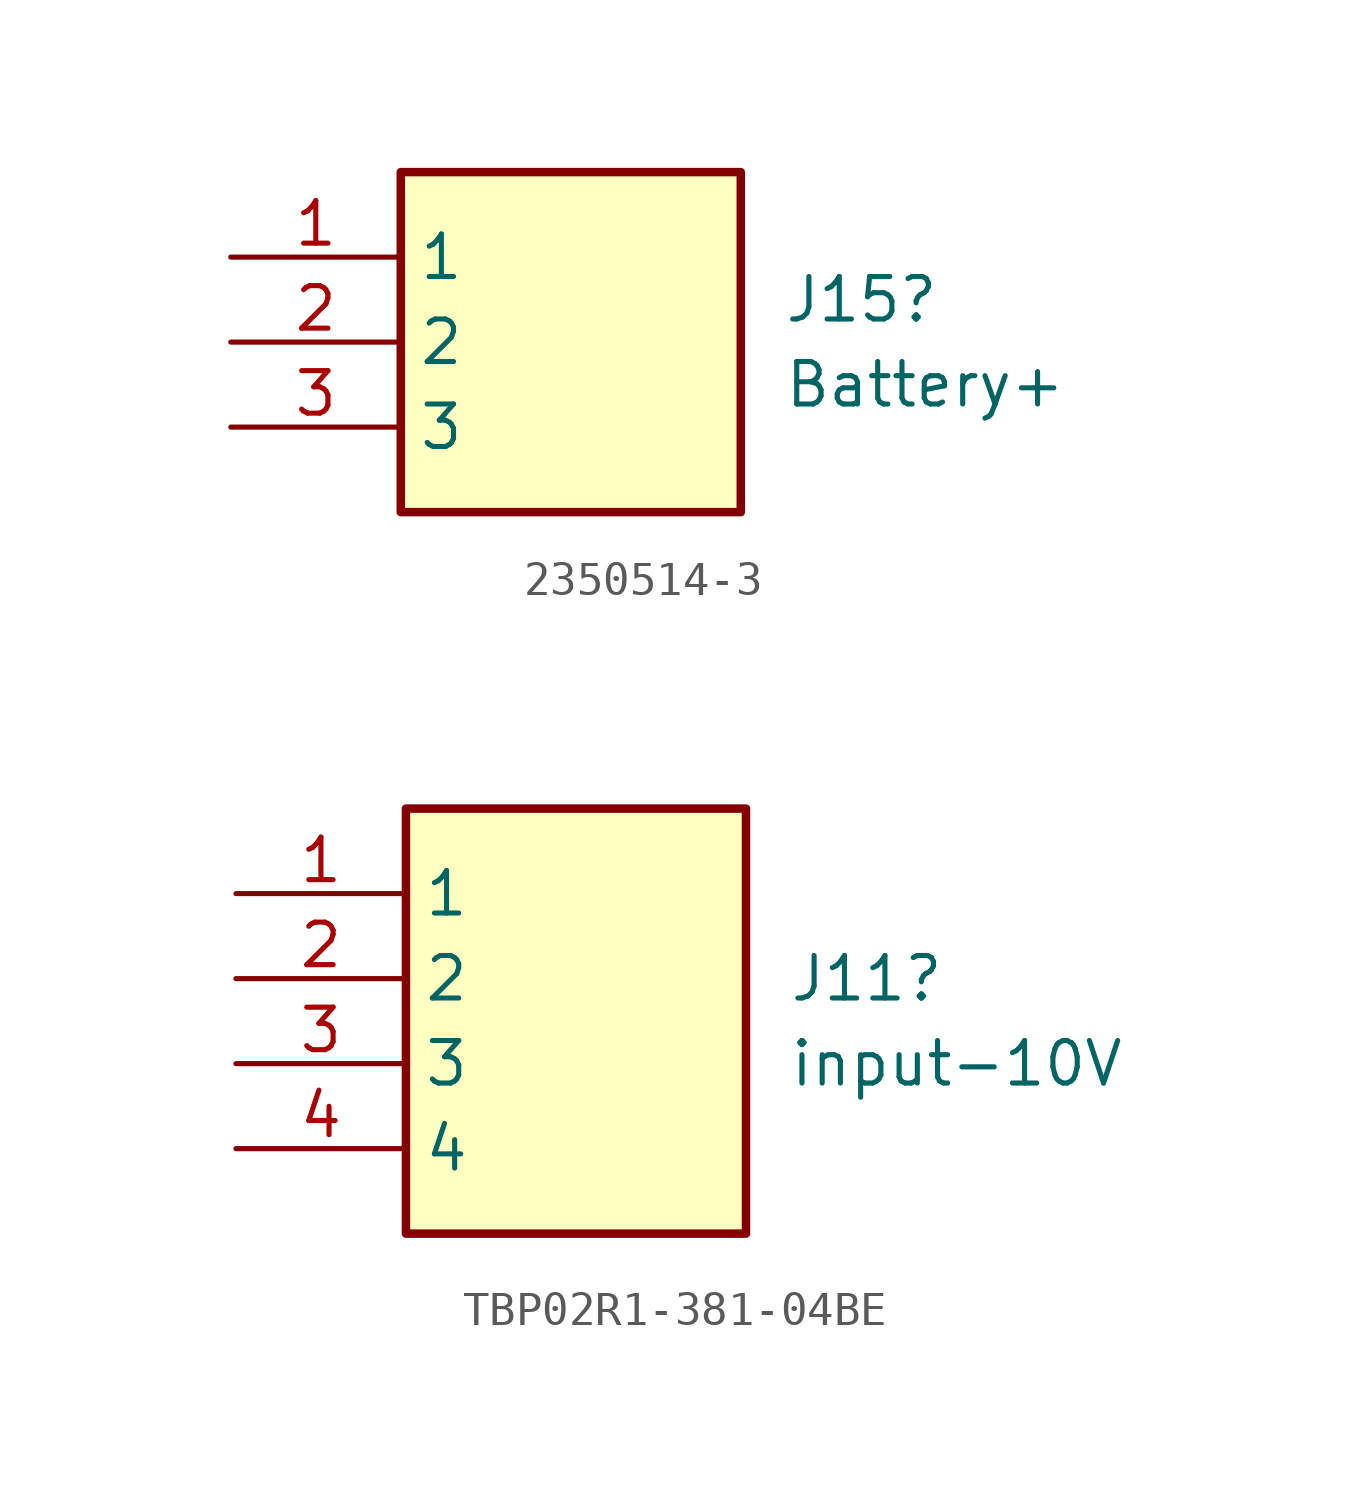
<source format=kicad_sym>
(kicad_symbol_lib
  (version 20231120)
  (generator "kicad_symbol_editor")
  (generator_version "8.0")
  (symbol "2350514-3"
    (property "Reference" "J15"
      (at 16.51 -1.27 0)
      (effects (font (size 1.27 1.27)) (justify left)))
    (property "Value" "Battery+"
      (at 16.51 -3.81 0)
      (effects (font (size 1.27 1.27)) (justify left)))
    (symbol "2350514-3_1_1"
      (rectangle (start 5.08 2.54) (end 15.24 -7.62) (stroke (width 0.254) (type default)) (fill (type background)))
      (pin passive line (at 0 0 0) (length 5.08) (name "1" (effects (font (size 1.27 1.27)))) (number "1" (effects (font (size 1.27 1.27)))))
      (pin passive line (at 0 -2.54 0) (length 5.08) (name "2" (effects (font (size 1.27 1.27)))) (number "2" (effects (font (size 1.27 1.27)))))
      (pin passive line (at 0 -5.08 0) (length 5.08) (name "3" (effects (font (size 1.27 1.27)))) (number "3" (effects (font (size 1.27 1.27)))))))
  (symbol "TBP02R1-381-04BE"
    (property "Reference" "J11"
      (at 16.51 -2.54 0)
      (effects (font (size 1.27 1.27)) (justify left)))
    (property "Value" "input-10V"
      (at 16.51 -5.08 0)
      (effects (font (size 1.27 1.27)) (justify left)))
    (symbol "TBP02R1-381-04BE_1_1"
      (rectangle (start 5.08 2.54) (end 15.24 -10.16) (stroke (width 0.254) (type default)) (fill (type background)))
      (pin passive line (at 0 0 0) (length 5.08) (name "1" (effects (font (size 1.27 1.27)))) (number "1" (effects (font (size 1.27 1.27)))))
      (pin passive line (at 0 -2.54 0) (length 5.08) (name "2" (effects (font (size 1.27 1.27)))) (number "2" (effects (font (size 1.27 1.27)))))
      (pin passive line (at 0 -5.08 0) (length 5.08) (name "3" (effects (font (size 1.27 1.27)))) (number "3" (effects (font (size 1.27 1.27)))))
      (pin passive line (at 0 -7.62 0) (length 5.08) (name "4" (effects (font (size 1.27 1.27)))) (number "4" (effects (font (size 1.27 1.27))))))))
</source>
